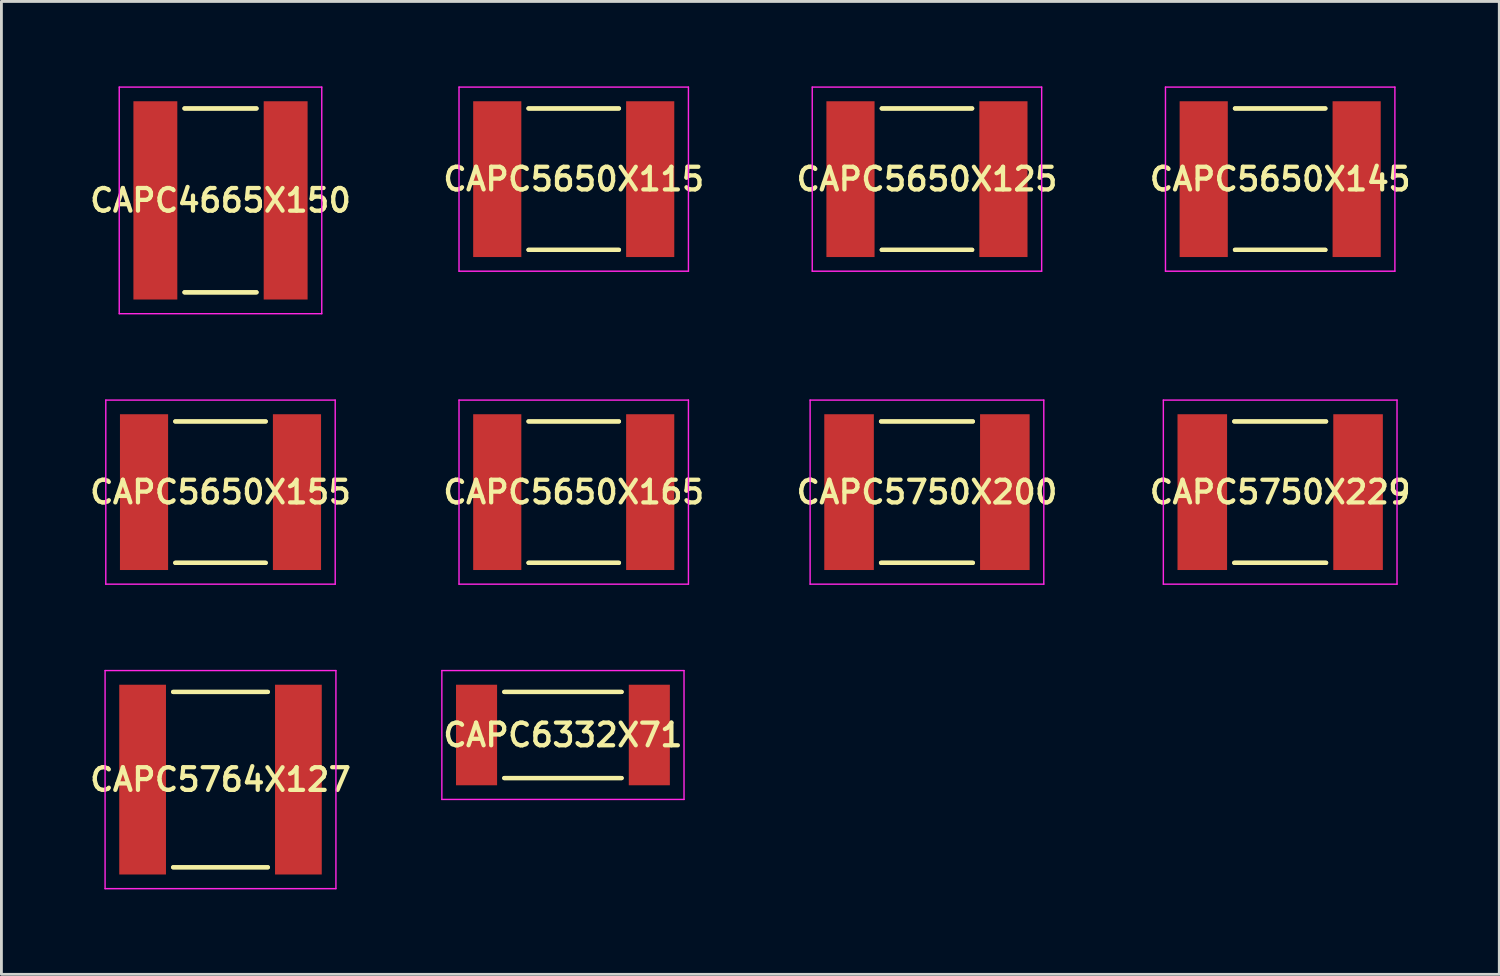
<source format=kicad_pcb>
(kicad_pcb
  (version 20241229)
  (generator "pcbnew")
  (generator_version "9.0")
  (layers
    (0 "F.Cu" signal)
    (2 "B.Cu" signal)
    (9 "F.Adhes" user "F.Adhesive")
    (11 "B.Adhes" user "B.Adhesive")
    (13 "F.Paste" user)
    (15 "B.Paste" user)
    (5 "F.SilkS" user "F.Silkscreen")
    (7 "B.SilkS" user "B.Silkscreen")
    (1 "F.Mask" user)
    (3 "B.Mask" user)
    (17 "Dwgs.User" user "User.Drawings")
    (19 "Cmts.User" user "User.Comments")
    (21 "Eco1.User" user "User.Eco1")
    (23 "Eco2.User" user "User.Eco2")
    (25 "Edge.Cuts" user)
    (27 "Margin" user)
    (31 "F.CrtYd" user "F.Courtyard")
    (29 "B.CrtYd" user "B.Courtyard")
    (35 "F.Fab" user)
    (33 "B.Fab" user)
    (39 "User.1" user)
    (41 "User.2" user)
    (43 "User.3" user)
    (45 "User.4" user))
  (footprint "CAPC6332X71"
    (layer "F.Cu")
    (at 16.825 22.9)
    (property "Reference" "CAPC6332X71" (at 0 0 0) (layer "F.SilkS") (effects (font (size 0.8 0.8) (thickness 0.15))))
    (attr smd)
    (fp_line (start -2.071 -1.521) (end 2.071 -1.521) (stroke (width 0.15) (type solid)) (layer "F.SilkS"))
    (fp_line (start -2.071 1.521) (end 2.071 1.521) (stroke (width 0.15) (type solid)) (layer "F.SilkS"))
    (fp_line (start 2.071 -1.521) (end -2.071 -1.521) (stroke (width 0.15) (type solid)) (layer "F.SilkS"))
    (fp_line (start 2.071 1.521) (end -2.071 1.521) (stroke (width 0.15) (type solid)) (layer "F.SilkS"))
    (fp_line (start -4.275 -2.275) (end 4.275 -2.275) (stroke (width 0.05) (type solid)) (layer "F.CrtYd"))
    (fp_line (start -4.275 2.275) (end -4.275 -2.275) (stroke (width 0.05) (type solid)) (layer "F.CrtYd"))
    (fp_line (start 4.275 -2.275) (end 4.275 2.275) (stroke (width 0.05) (type solid)) (layer "F.CrtYd"))
    (fp_line (start 4.275 2.275) (end -4.275 2.275) (stroke (width 0.05) (type solid)) (layer "F.CrtYd"))
    (pad "1" smd rect (at -3.05 0) (size 1.45 3.55) (layers "F.Cu" "F.Mask" "F.Paste"))
    (pad "2" smd rect (at 3.05 0) (size 1.45 3.55) (layers "F.Cu" "F.Mask" "F.Paste")))
  (footprint "CAPC4665X150"
    (layer "F.Cu")
    (at 4.735 4.025)
    (property "Reference" "CAPC4665X150" (at 0 0 0) (layer "F.SilkS") (effects (font (size 0.8 0.8) (thickness 0.15))))
    (attr smd)
    (fp_line (start -1.271 -3.246) (end 1.271 -3.246) (stroke (width 0.15) (type solid)) (layer "F.SilkS"))
    (fp_line (start -1.271 3.246) (end 1.271 3.246) (stroke (width 0.15) (type solid)) (layer "F.SilkS"))
    (fp_line (start 1.271 -3.246) (end -1.271 -3.246) (stroke (width 0.15) (type solid)) (layer "F.SilkS"))
    (fp_line (start 1.271 3.246) (end -1.271 3.246) (stroke (width 0.15) (type solid)) (layer "F.SilkS"))
    (fp_line (start -3.575 -4) (end 3.575 -4) (stroke (width 0.05) (type solid)) (layer "F.CrtYd"))
    (fp_line (start -3.575 4) (end -3.575 -4) (stroke (width 0.05) (type solid)) (layer "F.CrtYd"))
    (fp_line (start 3.575 -4) (end 3.575 4) (stroke (width 0.05) (type solid)) (layer "F.CrtYd"))
    (fp_line (start 3.575 4) (end -3.575 4) (stroke (width 0.05) (type solid)) (layer "F.CrtYd"))
    (pad "1" smd rect (at -2.3 0) (size 1.55 7) (layers "F.Cu" "F.Mask" "F.Paste"))
    (pad "2" smd rect (at 2.3 0) (size 1.55 7) (layers "F.Cu" "F.Mask" "F.Paste")))
  (footprint "CAPC5650X125"
    (layer "F.Cu")
    (at 29.677 3.275)
    (property "Reference" "CAPC5650X125" (at 0 0 0) (layer "F.SilkS") (effects (font (size 0.8 0.8) (thickness 0.15))))
    (attr smd)
    (fp_line (start -1.596 -2.496) (end 1.596 -2.496) (stroke (width 0.15) (type solid)) (layer "F.SilkS"))
    (fp_line (start -1.596 2.496) (end 1.596 2.496) (stroke (width 0.15) (type solid)) (layer "F.SilkS"))
    (fp_line (start 1.596 -2.496) (end -1.596 -2.496) (stroke (width 0.15) (type solid)) (layer "F.SilkS"))
    (fp_line (start 1.596 2.496) (end -1.596 2.496) (stroke (width 0.15) (type solid)) (layer "F.SilkS"))
    (fp_line (start -4.05 -3.25) (end 4.05 -3.25) (stroke (width 0.05) (type solid)) (layer "F.CrtYd"))
    (fp_line (start -4.05 3.25) (end -4.05 -3.25) (stroke (width 0.05) (type solid)) (layer "F.CrtYd"))
    (fp_line (start 4.05 -3.25) (end 4.05 3.25) (stroke (width 0.05) (type solid)) (layer "F.CrtYd"))
    (fp_line (start 4.05 3.25) (end -4.05 3.25) (stroke (width 0.05) (type solid)) (layer "F.CrtYd"))
    (pad "1" smd rect (at -2.7 0) (size 1.7 5.5) (layers "F.Cu" "F.Mask" "F.Paste"))
    (pad "2" smd rect (at 2.7 0) (size 1.7 5.5) (layers "F.Cu" "F.Mask" "F.Paste")))
  (footprint "CAPC5750X229"
    (layer "F.Cu")
    (at 42.148 14.325)
    (property "Reference" "CAPC5750X229" (at 0 0 0) (layer "F.SilkS") (effects (font (size 0.8 0.8) (thickness 0.15))))
    (attr smd)
    (fp_line (start -1.621 -2.496) (end 1.621 -2.496) (stroke (width 0.15) (type solid)) (layer "F.SilkS"))
    (fp_line (start -1.621 2.496) (end 1.621 2.496) (stroke (width 0.15) (type solid)) (layer "F.SilkS"))
    (fp_line (start 1.621 -2.496) (end -1.621 -2.496) (stroke (width 0.15) (type solid)) (layer "F.SilkS"))
    (fp_line (start 1.621 2.496) (end -1.621 2.496) (stroke (width 0.15) (type solid)) (layer "F.SilkS"))
    (fp_line (start -4.125 -3.25) (end 4.125 -3.25) (stroke (width 0.05) (type solid)) (layer "F.CrtYd"))
    (fp_line (start -4.125 3.25) (end -4.125 -3.25) (stroke (width 0.05) (type solid)) (layer "F.CrtYd"))
    (fp_line (start 4.125 -3.25) (end 4.125 3.25) (stroke (width 0.05) (type solid)) (layer "F.CrtYd"))
    (fp_line (start 4.125 3.25) (end -4.125 3.25) (stroke (width 0.05) (type solid)) (layer "F.CrtYd"))
    (pad "1" smd rect (at -2.75 0) (size 1.75 5.5) (layers "F.Cu" "F.Mask" "F.Paste"))
    (pad "2" smd rect (at 2.75 0) (size 1.75 5.5) (layers "F.Cu" "F.Mask" "F.Paste")))
  (footprint "CAPC5764X127"
    (layer "F.Cu")
    (at 4.735 24.475)
    (property "Reference" "CAPC5764X127" (at 0 0 0) (layer "F.SilkS") (effects (font (size 0.8 0.8) (thickness 0.15))))
    (attr smd)
    (fp_line (start -1.671 -3.096) (end 1.671 -3.096) (stroke (width 0.15) (type solid)) (layer "F.SilkS"))
    (fp_line (start -1.671 3.096) (end 1.671 3.096) (stroke (width 0.15) (type solid)) (layer "F.SilkS"))
    (fp_line (start 1.671 -3.096) (end -1.671 -3.096) (stroke (width 0.15) (type solid)) (layer "F.SilkS"))
    (fp_line (start 1.671 3.096) (end -1.671 3.096) (stroke (width 0.15) (type solid)) (layer "F.SilkS"))
    (fp_line (start -4.075 -3.85) (end 4.075 -3.85) (stroke (width 0.05) (type solid)) (layer "F.CrtYd"))
    (fp_line (start -4.075 3.85) (end -4.075 -3.85) (stroke (width 0.05) (type solid)) (layer "F.CrtYd"))
    (fp_line (start 4.075 -3.85) (end 4.075 3.85) (stroke (width 0.05) (type solid)) (layer "F.CrtYd"))
    (fp_line (start 4.075 3.85) (end -4.075 3.85) (stroke (width 0.05) (type solid)) (layer "F.CrtYd"))
    (pad "1" smd rect (at -2.75 0) (size 1.65 6.7) (layers "F.Cu" "F.Mask" "F.Paste"))
    (pad "2" smd rect (at 2.75 0) (size 1.65 6.7) (layers "F.Cu" "F.Mask" "F.Paste")))
  (footprint "CAPC5650X155"
    (layer "F.Cu")
    (at 4.735 14.325)
    (property "Reference" "CAPC5650X155" (at 0 0 0) (layer "F.SilkS") (effects (font (size 0.8 0.8) (thickness 0.15))))
    (attr smd)
    (fp_line (start -1.596 -2.496) (end 1.596 -2.496) (stroke (width 0.15) (type solid)) (layer "F.SilkS"))
    (fp_line (start -1.596 2.496) (end 1.596 2.496) (stroke (width 0.15) (type solid)) (layer "F.SilkS"))
    (fp_line (start 1.596 -2.496) (end -1.596 -2.496) (stroke (width 0.15) (type solid)) (layer "F.SilkS"))
    (fp_line (start 1.596 2.496) (end -1.596 2.496) (stroke (width 0.15) (type solid)) (layer "F.SilkS"))
    (fp_line (start -4.05 -3.25) (end 4.05 -3.25) (stroke (width 0.05) (type solid)) (layer "F.CrtYd"))
    (fp_line (start -4.05 3.25) (end -4.05 -3.25) (stroke (width 0.05) (type solid)) (layer "F.CrtYd"))
    (fp_line (start 4.05 -3.25) (end 4.05 3.25) (stroke (width 0.05) (type solid)) (layer "F.CrtYd"))
    (fp_line (start 4.05 3.25) (end -4.05 3.25) (stroke (width 0.05) (type solid)) (layer "F.CrtYd"))
    (pad "1" smd rect (at -2.7 0) (size 1.7 5.5) (layers "F.Cu" "F.Mask" "F.Paste"))
    (pad "2" smd rect (at 2.7 0) (size 1.7 5.5) (layers "F.Cu" "F.Mask" "F.Paste")))
  (footprint "CAPC5650X165"
    (layer "F.Cu")
    (at 17.206 14.325)
    (property "Reference" "CAPC5650X165" (at 0 0 0) (layer "F.SilkS") (effects (font (size 0.8 0.8) (thickness 0.15))))
    (attr smd)
    (fp_line (start -1.596 -2.496) (end 1.596 -2.496) (stroke (width 0.15) (type solid)) (layer "F.SilkS"))
    (fp_line (start -1.596 2.496) (end 1.596 2.496) (stroke (width 0.15) (type solid)) (layer "F.SilkS"))
    (fp_line (start 1.596 -2.496) (end -1.596 -2.496) (stroke (width 0.15) (type solid)) (layer "F.SilkS"))
    (fp_line (start 1.596 2.496) (end -1.596 2.496) (stroke (width 0.15) (type solid)) (layer "F.SilkS"))
    (fp_line (start -4.05 -3.25) (end 4.05 -3.25) (stroke (width 0.05) (type solid)) (layer "F.CrtYd"))
    (fp_line (start -4.05 3.25) (end -4.05 -3.25) (stroke (width 0.05) (type solid)) (layer "F.CrtYd"))
    (fp_line (start 4.05 -3.25) (end 4.05 3.25) (stroke (width 0.05) (type solid)) (layer "F.CrtYd"))
    (fp_line (start 4.05 3.25) (end -4.05 3.25) (stroke (width 0.05) (type solid)) (layer "F.CrtYd"))
    (pad "1" smd rect (at -2.7 0) (size 1.7 5.5) (layers "F.Cu" "F.Mask" "F.Paste"))
    (pad "2" smd rect (at 2.7 0) (size 1.7 5.5) (layers "F.Cu" "F.Mask" "F.Paste")))
  (footprint "CAPC5750X200"
    (layer "F.Cu")
    (at 29.677 14.325)
    (property "Reference" "CAPC5750X200" (at 0 0 0) (layer "F.SilkS") (effects (font (size 0.8 0.8) (thickness 0.15))))
    (attr smd)
    (fp_line (start -1.621 -2.496) (end 1.621 -2.496) (stroke (width 0.15) (type solid)) (layer "F.SilkS"))
    (fp_line (start -1.621 2.496) (end 1.621 2.496) (stroke (width 0.15) (type solid)) (layer "F.SilkS"))
    (fp_line (start 1.621 -2.496) (end -1.621 -2.496) (stroke (width 0.15) (type solid)) (layer "F.SilkS"))
    (fp_line (start 1.621 2.496) (end -1.621 2.496) (stroke (width 0.15) (type solid)) (layer "F.SilkS"))
    (fp_line (start -4.125 -3.25) (end 4.125 -3.25) (stroke (width 0.05) (type solid)) (layer "F.CrtYd"))
    (fp_line (start -4.125 3.25) (end -4.125 -3.25) (stroke (width 0.05) (type solid)) (layer "F.CrtYd"))
    (fp_line (start 4.125 -3.25) (end 4.125 3.25) (stroke (width 0.05) (type solid)) (layer "F.CrtYd"))
    (fp_line (start 4.125 3.25) (end -4.125 3.25) (stroke (width 0.05) (type solid)) (layer "F.CrtYd"))
    (pad "1" smd rect (at -2.75 0) (size 1.75 5.5) (layers "F.Cu" "F.Mask" "F.Paste"))
    (pad "2" smd rect (at 2.75 0) (size 1.75 5.5) (layers "F.Cu" "F.Mask" "F.Paste")))
  (footprint "CAPC5650X115"
    (layer "F.Cu")
    (at 17.206 3.275)
    (property "Reference" "CAPC5650X115" (at 0 0 0) (layer "F.SilkS") (effects (font (size 0.8 0.8) (thickness 0.15))))
    (attr smd)
    (fp_line (start -1.596 -2.496) (end 1.596 -2.496) (stroke (width 0.15) (type solid)) (layer "F.SilkS"))
    (fp_line (start -1.596 2.496) (end 1.596 2.496) (stroke (width 0.15) (type solid)) (layer "F.SilkS"))
    (fp_line (start 1.596 -2.496) (end -1.596 -2.496) (stroke (width 0.15) (type solid)) (layer "F.SilkS"))
    (fp_line (start 1.596 2.496) (end -1.596 2.496) (stroke (width 0.15) (type solid)) (layer "F.SilkS"))
    (fp_line (start -4.05 -3.25) (end 4.05 -3.25) (stroke (width 0.05) (type solid)) (layer "F.CrtYd"))
    (fp_line (start -4.05 3.25) (end -4.05 -3.25) (stroke (width 0.05) (type solid)) (layer "F.CrtYd"))
    (fp_line (start 4.05 -3.25) (end 4.05 3.25) (stroke (width 0.05) (type solid)) (layer "F.CrtYd"))
    (fp_line (start 4.05 3.25) (end -4.05 3.25) (stroke (width 0.05) (type solid)) (layer "F.CrtYd"))
    (pad "1" smd rect (at -2.7 0) (size 1.7 5.5) (layers "F.Cu" "F.Mask" "F.Paste"))
    (pad "2" smd rect (at 2.7 0) (size 1.7 5.5) (layers "F.Cu" "F.Mask" "F.Paste")))
  (footprint "CAPC5650X145"
    (layer "F.Cu")
    (at 42.148 3.275)
    (property "Reference" "CAPC5650X145" (at 0 0 0) (layer "F.SilkS") (effects (font (size 0.8 0.8) (thickness 0.15))))
    (attr smd)
    (fp_line (start -1.596 -2.496) (end 1.596 -2.496) (stroke (width 0.15) (type solid)) (layer "F.SilkS"))
    (fp_line (start -1.596 2.496) (end 1.596 2.496) (stroke (width 0.15) (type solid)) (layer "F.SilkS"))
    (fp_line (start 1.596 -2.496) (end -1.596 -2.496) (stroke (width 0.15) (type solid)) (layer "F.SilkS"))
    (fp_line (start 1.596 2.496) (end -1.596 2.496) (stroke (width 0.15) (type solid)) (layer "F.SilkS"))
    (fp_line (start -4.05 -3.25) (end 4.05 -3.25) (stroke (width 0.05) (type solid)) (layer "F.CrtYd"))
    (fp_line (start -4.05 3.25) (end -4.05 -3.25) (stroke (width 0.05) (type solid)) (layer "F.CrtYd"))
    (fp_line (start 4.05 -3.25) (end 4.05 3.25) (stroke (width 0.05) (type solid)) (layer "F.CrtYd"))
    (fp_line (start 4.05 3.25) (end -4.05 3.25) (stroke (width 0.05) (type solid)) (layer "F.CrtYd"))
    (pad "1" smd rect (at -2.7 0) (size 1.7 5.5) (layers "F.Cu" "F.Mask" "F.Paste"))
    (pad "2" smd rect (at 2.7 0) (size 1.7 5.5) (layers "F.Cu" "F.Mask" "F.Paste")))
  (gr_rect
    (start -3 -3)
    (end 49.884 31.35)
    (stroke (width 0.1) (type default))
    (fill no)
    (layer "Edge.Cuts")))
</source>
